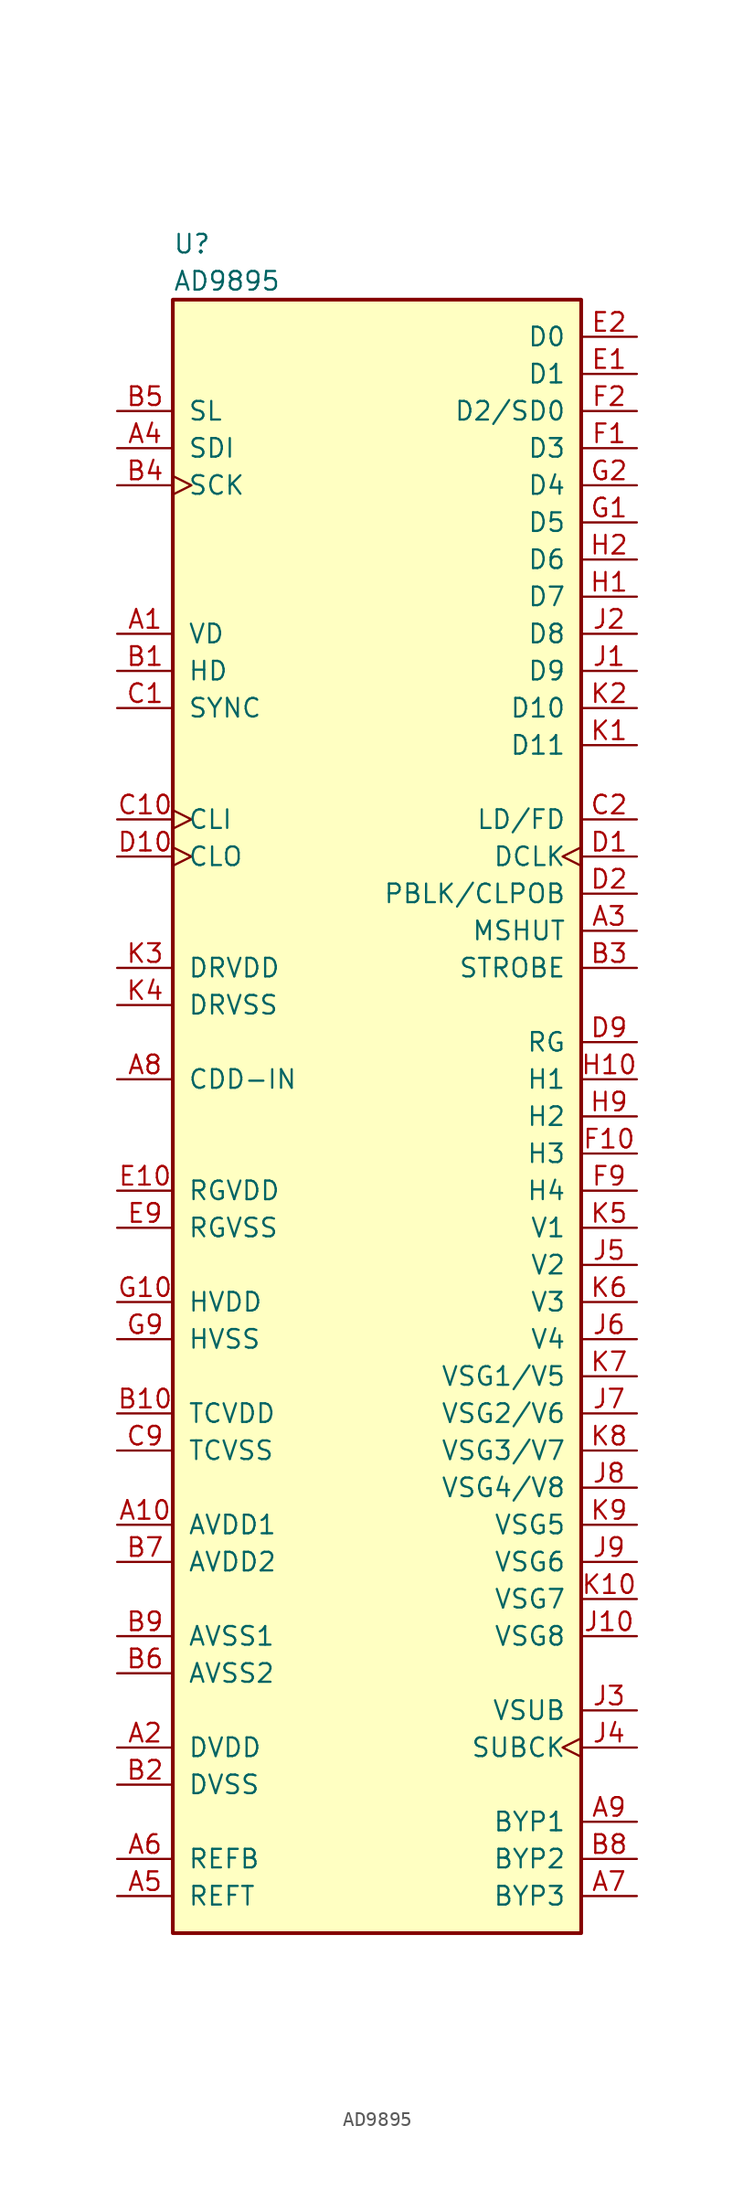
<source format=kicad_sym>
(kicad_symbol_lib
  (version 20210619)
  (generator kicad_symbol_editor)
  (symbol "Video:AD9895"
    (pin_names
      (offset 1.016))
    (property "Reference" "U"
      (at -13.97 59.69 0)
      (effects (font (size 1.27 1.27)) (justify left)))
    (property "Value" "AD9895"
      (at -13.97 57.15 0)
      (effects (font (size 1.27 1.27)) (justify left)))
    (symbol "AD9895_0_1"
      (rectangle (start 13.97 -55.88) (end -13.97 55.88) (stroke (width 0.254)) (fill (type background))))
    (symbol "AD9895_1_1"
      (pin bidirectional line (at -17.78 33.02 0) (length 3.81) (name "VD" (effects (font (size 1.27 1.27)))) (number "A1" (effects (font (size 1.27 1.27)))))
      (pin power_in line (at -17.78 -27.94 0) (length 3.81) (name "AVDD1" (effects (font (size 1.27 1.27)))) (number "A10" (effects (font (size 1.27 1.27)))))
      (pin power_in line (at -17.78 -43.18 0) (length 3.81) (name "DVDD" (effects (font (size 1.27 1.27)))) (number "A2" (effects (font (size 1.27 1.27)))))
      (pin output line (at 17.78 12.7 180) (length 3.81) (name "MSHUT" (effects (font (size 1.27 1.27)))) (number "A3" (effects (font (size 1.27 1.27)))))
      (pin input line (at -17.78 45.72 0) (length 3.81) (name "SDI" (effects (font (size 1.27 1.27)))) (number "A4" (effects (font (size 1.27 1.27)))))
      (pin output line (at -17.78 -53.34 0) (length 3.81) (name "REFT" (effects (font (size 1.27 1.27)))) (number "A5" (effects (font (size 1.27 1.27)))))
      (pin output line (at -17.78 -50.8 0) (length 3.81) (name "REFB" (effects (font (size 1.27 1.27)))) (number "A6" (effects (font (size 1.27 1.27)))))
      (pin output line (at 17.78 -53.34 180) (length 3.81) (name "BYP3" (effects (font (size 1.27 1.27)))) (number "A7" (effects (font (size 1.27 1.27)))))
      (pin input line (at -17.78 2.54 0) (length 3.81) (name "CDD-IN" (effects (font (size 1.27 1.27)))) (number "A8" (effects (font (size 1.27 1.27)))))
      (pin output line (at 17.78 -48.26 180) (length 3.81) (name "BYP1" (effects (font (size 1.27 1.27)))) (number "A9" (effects (font (size 1.27 1.27)))))
      (pin bidirectional line (at -17.78 30.48 0) (length 3.81) (name "HD" (effects (font (size 1.27 1.27)))) (number "B1" (effects (font (size 1.27 1.27)))))
      (pin power_in line (at -17.78 -20.32 0) (length 3.81) (name "TCVDD" (effects (font (size 1.27 1.27)))) (number "B10" (effects (font (size 1.27 1.27)))))
      (pin power_in line (at -17.78 -45.72 0) (length 3.81) (name "DVSS" (effects (font (size 1.27 1.27)))) (number "B2" (effects (font (size 1.27 1.27)))))
      (pin output line (at 17.78 10.16 180) (length 3.81) (name "STROBE" (effects (font (size 1.27 1.27)))) (number "B3" (effects (font (size 1.27 1.27)))))
      (pin input clock (at -17.78 43.18 0) (length 3.81) (name "SCK" (effects (font (size 1.27 1.27)))) (number "B4" (effects (font (size 1.27 1.27)))))
      (pin input line (at -17.78 48.26 0) (length 3.81) (name "SL" (effects (font (size 1.27 1.27)))) (number "B5" (effects (font (size 1.27 1.27)))))
      (pin power_in line (at -17.78 -38.1 0) (length 3.81) (name "AVSS2" (effects (font (size 1.27 1.27)))) (number "B6" (effects (font (size 1.27 1.27)))))
      (pin power_in line (at -17.78 -30.48 0) (length 3.81) (name "AVDD2" (effects (font (size 1.27 1.27)))) (number "B7" (effects (font (size 1.27 1.27)))))
      (pin output line (at 17.78 -50.8 180) (length 3.81) (name "BYP2" (effects (font (size 1.27 1.27)))) (number "B8" (effects (font (size 1.27 1.27)))))
      (pin power_in line (at -17.78 -35.56 0) (length 3.81) (name "AVSS1" (effects (font (size 1.27 1.27)))) (number "B9" (effects (font (size 1.27 1.27)))))
      (pin input line (at -17.78 27.94 0) (length 3.81) (name "SYNC" (effects (font (size 1.27 1.27)))) (number "C1" (effects (font (size 1.27 1.27)))))
      (pin input clock (at -17.78 20.32 0) (length 3.81) (name "CLI" (effects (font (size 1.27 1.27)))) (number "C10" (effects (font (size 1.27 1.27)))))
      (pin output line (at 17.78 20.32 180) (length 3.81) (name "LD/FD" (effects (font (size 1.27 1.27)))) (number "C2" (effects (font (size 1.27 1.27)))))
      (pin power_in line (at -17.78 -22.86 0) (length 3.81) (name "TCVSS" (effects (font (size 1.27 1.27)))) (number "C9" (effects (font (size 1.27 1.27)))))
      (pin output clock (at 17.78 17.78 180) (length 3.81) (name "DCLK" (effects (font (size 1.27 1.27)))) (number "D1" (effects (font (size 1.27 1.27)))))
      (pin output clock (at -17.78 17.78 0) (length 3.81) (name "CLO" (effects (font (size 1.27 1.27)))) (number "D10" (effects (font (size 1.27 1.27)))))
      (pin output line (at 17.78 15.24 180) (length 3.81) (name "PBLK/CLPOB" (effects (font (size 1.27 1.27)))) (number "D2" (effects (font (size 1.27 1.27)))))
      (pin output line (at 17.78 5.08 180) (length 3.81) (name "RG" (effects (font (size 1.27 1.27)))) (number "D9" (effects (font (size 1.27 1.27)))))
      (pin output line (at 17.78 50.8 180) (length 3.81) (name "D1" (effects (font (size 1.27 1.27)))) (number "E1" (effects (font (size 1.27 1.27)))))
      (pin power_in line (at -17.78 -5.08 0) (length 3.81) (name "RGVDD" (effects (font (size 1.27 1.27)))) (number "E10" (effects (font (size 1.27 1.27)))))
      (pin output line (at 17.78 53.34 180) (length 3.81) (name "D0" (effects (font (size 1.27 1.27)))) (number "E2" (effects (font (size 1.27 1.27)))))
      (pin power_in line (at -17.78 -7.62 0) (length 3.81) (name "RGVSS" (effects (font (size 1.27 1.27)))) (number "E9" (effects (font (size 1.27 1.27)))))
      (pin output line (at 17.78 45.72 180) (length 3.81) (name "D3" (effects (font (size 1.27 1.27)))) (number "F1" (effects (font (size 1.27 1.27)))))
      (pin output line (at 17.78 -2.54 180) (length 3.81) (name "H3" (effects (font (size 1.27 1.27)))) (number "F10" (effects (font (size 1.27 1.27)))))
      (pin output line (at 17.78 48.26 180) (length 3.81) (name "D2/SD0" (effects (font (size 1.27 1.27)))) (number "F2" (effects (font (size 1.27 1.27)))))
      (pin output line (at 17.78 -5.08 180) (length 3.81) (name "H4" (effects (font (size 1.27 1.27)))) (number "F9" (effects (font (size 1.27 1.27)))))
      (pin output line (at 17.78 40.64 180) (length 3.81) (name "D5" (effects (font (size 1.27 1.27)))) (number "G1" (effects (font (size 1.27 1.27)))))
      (pin power_in line (at -17.78 -12.7 0) (length 3.81) (name "HVDD" (effects (font (size 1.27 1.27)))) (number "G10" (effects (font (size 1.27 1.27)))))
      (pin output line (at 17.78 43.18 180) (length 3.81) (name "D4" (effects (font (size 1.27 1.27)))) (number "G2" (effects (font (size 1.27 1.27)))))
      (pin power_in line (at -17.78 -15.24 0) (length 3.81) (name "HVSS" (effects (font (size 1.27 1.27)))) (number "G9" (effects (font (size 1.27 1.27)))))
      (pin output line (at 17.78 35.56 180) (length 3.81) (name "D7" (effects (font (size 1.27 1.27)))) (number "H1" (effects (font (size 1.27 1.27)))))
      (pin output line (at 17.78 2.54 180) (length 3.81) (name "H1" (effects (font (size 1.27 1.27)))) (number "H10" (effects (font (size 1.27 1.27)))))
      (pin output line (at 17.78 38.1 180) (length 3.81) (name "D6" (effects (font (size 1.27 1.27)))) (number "H2" (effects (font (size 1.27 1.27)))))
      (pin output line (at 17.78 0 180) (length 3.81) (name "H2" (effects (font (size 1.27 1.27)))) (number "H9" (effects (font (size 1.27 1.27)))))
      (pin output line (at 17.78 30.48 180) (length 3.81) (name "D9" (effects (font (size 1.27 1.27)))) (number "J1" (effects (font (size 1.27 1.27)))))
      (pin output line (at 17.78 -35.56 180) (length 3.81) (name "VSG8" (effects (font (size 1.27 1.27)))) (number "J10" (effects (font (size 1.27 1.27)))))
      (pin output line (at 17.78 33.02 180) (length 3.81) (name "D8" (effects (font (size 1.27 1.27)))) (number "J2" (effects (font (size 1.27 1.27)))))
      (pin output line (at 17.78 -40.64 180) (length 3.81) (name "VSUB" (effects (font (size 1.27 1.27)))) (number "J3" (effects (font (size 1.27 1.27)))))
      (pin output clock (at 17.78 -43.18 180) (length 3.81) (name "SUBCK" (effects (font (size 1.27 1.27)))) (number "J4" (effects (font (size 1.27 1.27)))))
      (pin output line (at 17.78 -10.16 180) (length 3.81) (name "V2" (effects (font (size 1.27 1.27)))) (number "J5" (effects (font (size 1.27 1.27)))))
      (pin output line (at 17.78 -15.24 180) (length 3.81) (name "V4" (effects (font (size 1.27 1.27)))) (number "J6" (effects (font (size 1.27 1.27)))))
      (pin output line (at 17.78 -20.32 180) (length 3.81) (name "VSG2/V6" (effects (font (size 1.27 1.27)))) (number "J7" (effects (font (size 1.27 1.27)))))
      (pin output line (at 17.78 -25.4 180) (length 3.81) (name "VSG4/V8" (effects (font (size 1.27 1.27)))) (number "J8" (effects (font (size 1.27 1.27)))))
      (pin output line (at 17.78 -30.48 180) (length 3.81) (name "VSG6" (effects (font (size 1.27 1.27)))) (number "J9" (effects (font (size 1.27 1.27)))))
      (pin input line (at 17.78 25.4 180) (length 3.81) (name "D11" (effects (font (size 1.27 1.27)))) (number "K1" (effects (font (size 1.27 1.27)))))
      (pin output line (at 17.78 -33.02 180) (length 3.81) (name "VSG7" (effects (font (size 1.27 1.27)))) (number "K10" (effects (font (size 1.27 1.27)))))
      (pin output line (at 17.78 27.94 180) (length 3.81) (name "D10" (effects (font (size 1.27 1.27)))) (number "K2" (effects (font (size 1.27 1.27)))))
      (pin power_out line (at -17.78 10.16 0) (length 3.81) (name "DRVDD" (effects (font (size 1.27 1.27)))) (number "K3" (effects (font (size 1.27 1.27)))))
      (pin power_out line (at -17.78 7.62 0) (length 3.81) (name "DRVSS" (effects (font (size 1.27 1.27)))) (number "K4" (effects (font (size 1.27 1.27)))))
      (pin output line (at 17.78 -7.62 180) (length 3.81) (name "V1" (effects (font (size 1.27 1.27)))) (number "K5" (effects (font (size 1.27 1.27)))))
      (pin output line (at 17.78 -12.7 180) (length 3.81) (name "V3" (effects (font (size 1.27 1.27)))) (number "K6" (effects (font (size 1.27 1.27)))))
      (pin output line (at 17.78 -17.78 180) (length 3.81) (name "VSG1/V5" (effects (font (size 1.27 1.27)))) (number "K7" (effects (font (size 1.27 1.27)))))
      (pin output line (at 17.78 -22.86 180) (length 3.81) (name "VSG3/V7" (effects (font (size 1.27 1.27)))) (number "K8" (effects (font (size 1.27 1.27)))))
      (pin output line (at 17.78 -27.94 180) (length 3.81) (name "VSG5" (effects (font (size 1.27 1.27)))) (number "K9" (effects (font (size 1.27 1.27))))))))
</source>
